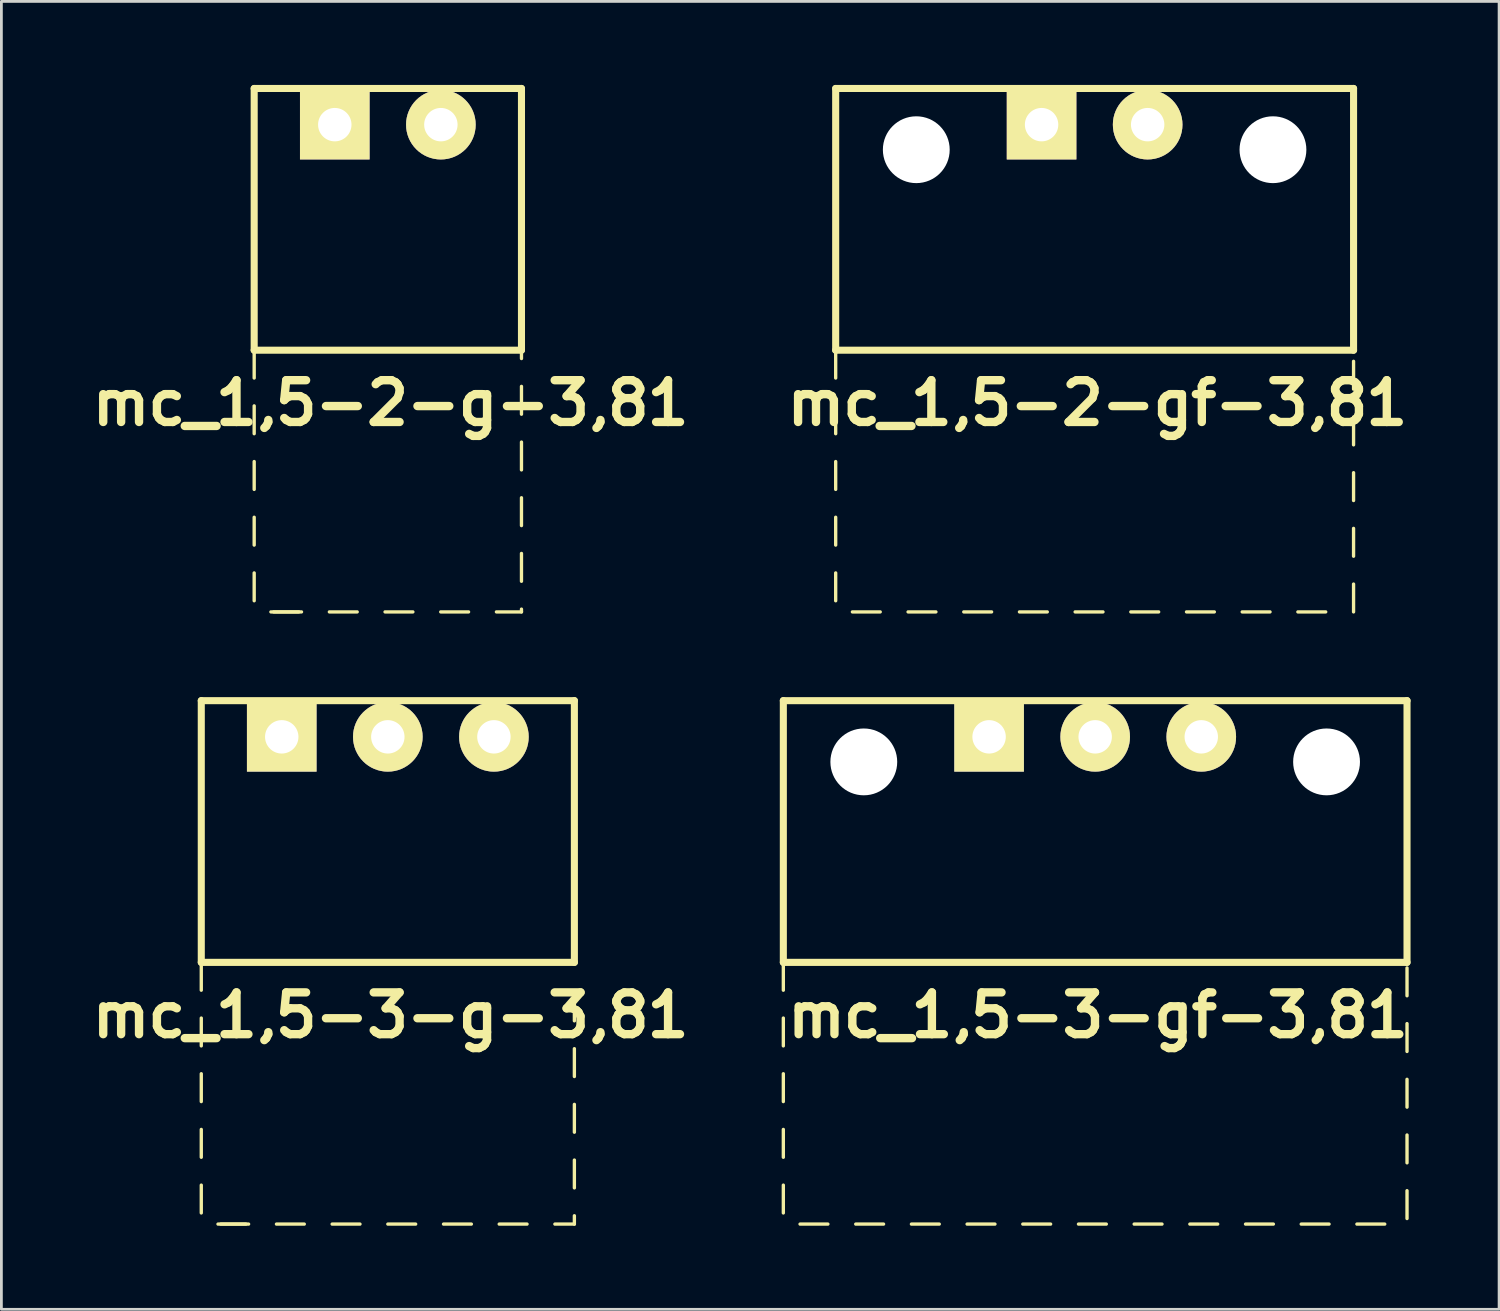
<source format=kicad_pcb>
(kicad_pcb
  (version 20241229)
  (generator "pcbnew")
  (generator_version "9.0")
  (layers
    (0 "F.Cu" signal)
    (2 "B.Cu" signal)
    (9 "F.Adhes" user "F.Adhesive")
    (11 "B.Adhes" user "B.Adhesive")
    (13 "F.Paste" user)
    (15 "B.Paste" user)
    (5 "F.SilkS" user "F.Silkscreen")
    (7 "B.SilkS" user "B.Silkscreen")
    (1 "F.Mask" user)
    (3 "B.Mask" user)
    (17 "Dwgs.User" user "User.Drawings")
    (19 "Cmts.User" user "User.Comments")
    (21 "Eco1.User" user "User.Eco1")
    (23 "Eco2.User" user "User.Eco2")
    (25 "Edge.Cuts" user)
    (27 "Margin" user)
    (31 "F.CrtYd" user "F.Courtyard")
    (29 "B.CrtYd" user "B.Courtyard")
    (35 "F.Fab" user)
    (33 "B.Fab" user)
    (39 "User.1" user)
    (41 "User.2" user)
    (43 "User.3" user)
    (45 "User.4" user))
  (footprint "mc_1,5-2-g-3,81"
    (layer "F.Cu")
    (at 10.879 1.427)
    (property "Reference" "mc_1,5-2-g-3,81" (at 0.1 10 0) (layer "F.SilkS") (effects (font (size 1.5 1.5) (thickness 0.3))))
    (attr through_hole)
    (fp_line (start -4.8 -1.3) (end -4.8 8.1) (stroke (width 0.254) (type solid)) (layer "F.SilkS"))
    (fp_line (start -4.8 -1.3) (end 4.8 -1.3) (stroke (width 0.254) (type solid)) (layer "F.SilkS"))
    (fp_line (start -4.8 8.1) (end -4.8 9.1) (stroke (width 0.12) (type solid)) (layer "F.SilkS"))
    (fp_line (start -4.8 8.1) (end 4.8 8.1) (stroke (width 0.254) (type solid)) (layer "F.SilkS"))
    (fp_line (start -4.8 10.1) (end -4.8 11.1) (stroke (width 0.12) (type solid)) (layer "F.SilkS"))
    (fp_line (start -4.8 12.1) (end -4.8 13.1) (stroke (width 0.12) (type solid)) (layer "F.SilkS"))
    (fp_line (start -4.8 14.1) (end -4.8 15.1) (stroke (width 0.12) (type solid)) (layer "F.SilkS"))
    (fp_line (start -4.8 16.1) (end -4.8 17.1) (stroke (width 0.12) (type solid)) (layer "F.SilkS"))
    (fp_line (start -4.2 17.5) (end -3.2 17.5) (stroke (width 0.12) (type solid)) (layer "F.SilkS"))
    (fp_line (start -4.1 17.5) (end -3.1 17.5) (stroke (width 0.12) (type solid)) (layer "F.SilkS"))
    (fp_line (start -2.1 17.5) (end -1.1 17.5) (stroke (width 0.12) (type solid)) (layer "F.SilkS"))
    (fp_line (start -0.1 17.5) (end 0.9 17.5) (stroke (width 0.12) (type solid)) (layer "F.SilkS"))
    (fp_line (start 1.9 17.5) (end 2.9 17.5) (stroke (width 0.12) (type solid)) (layer "F.SilkS"))
    (fp_line (start 3.9 17.5) (end 4.8 17.5) (stroke (width 0.12) (type solid)) (layer "F.SilkS"))
    (fp_line (start 4.8 -1.3) (end 4.8 8.1) (stroke (width 0.254) (type solid)) (layer "F.SilkS"))
    (fp_line (start 4.8 8.1) (end 4.8 8.4) (stroke (width 0.12) (type solid)) (layer "F.SilkS"))
    (fp_line (start 4.8 9.4) (end 4.8 10.4) (stroke (width 0.12) (type solid)) (layer "F.SilkS"))
    (fp_line (start 4.8 11.4) (end 4.8 12.4) (stroke (width 0.12) (type solid)) (layer "F.SilkS"))
    (fp_line (start 4.8 13.4) (end 4.8 14.4) (stroke (width 0.12) (type solid)) (layer "F.SilkS"))
    (fp_line (start 4.8 15.4) (end 4.8 16.4) (stroke (width 0.12) (type solid)) (layer "F.SilkS"))
    (fp_line (start 4.8 17.4) (end 4.8 17.5) (stroke (width 0.12) (type solid)) (layer "F.SilkS"))
    (pad "1" thru_hole rect (at -1.905 0) (size 2.5 2.5) (drill 1.2) (layers "*.Cu" "*.Mask" "F.SilkS"))
    (pad "2" thru_hole circle (at 1.905 0) (size 2.5 2.5) (drill 1.2) (layers "*.Cu" "*.Mask" "F.SilkS")))
  (footprint "mc_1,5-2-gf-3,81"
    (layer "F.Cu")
    (at 36.264 1.427)
    (property "Reference" "mc_1,5-2-gf-3,81" (at 0.1 10 0) (layer "F.SilkS") (effects (font (size 1.5 1.5) (thickness 0.3))))
    (attr through_hole)
    (fp_line (start -9.3 -1.3) (end -9.3 8.1) (stroke (width 0.254) (type solid)) (layer "F.SilkS"))
    (fp_line (start -9.3 -1.3) (end 9.3 -1.3) (stroke (width 0.254) (type solid)) (layer "F.SilkS"))
    (fp_line (start -9.3 8.1) (end -9.3 9.1) (stroke (width 0.12) (type solid)) (layer "F.SilkS"))
    (fp_line (start -9.3 8.1) (end 9.3 8.1) (stroke (width 0.254) (type solid)) (layer "F.SilkS"))
    (fp_line (start -9.3 10.1) (end -9.3 11.1) (stroke (width 0.12) (type solid)) (layer "F.SilkS"))
    (fp_line (start -9.3 12.1) (end -9.3 13.1) (stroke (width 0.12) (type solid)) (layer "F.SilkS"))
    (fp_line (start -9.3 14.1) (end -9.3 15.1) (stroke (width 0.12) (type solid)) (layer "F.SilkS"))
    (fp_line (start -9.3 16.1) (end -9.3 17.1) (stroke (width 0.12) (type solid)) (layer "F.SilkS"))
    (fp_line (start -8.7 17.5) (end -7.7 17.5) (stroke (width 0.12) (type solid)) (layer "F.SilkS"))
    (fp_line (start -6.7 17.5) (end -5.7 17.5) (stroke (width 0.12) (type solid)) (layer "F.SilkS"))
    (fp_line (start -4.7 17.5) (end -3.7 17.5) (stroke (width 0.12) (type solid)) (layer "F.SilkS"))
    (fp_line (start -2.7 17.5) (end -1.7 17.5) (stroke (width 0.12) (type solid)) (layer "F.SilkS"))
    (fp_line (start -0.7 17.5) (end 0.3 17.5) (stroke (width 0.12) (type solid)) (layer "F.SilkS"))
    (fp_line (start 1.3 17.5) (end 2.3 17.5) (stroke (width 0.12) (type solid)) (layer "F.SilkS"))
    (fp_line (start 3.3 17.5) (end 4.3 17.5) (stroke (width 0.12) (type solid)) (layer "F.SilkS"))
    (fp_line (start 5.3 17.5) (end 6.3 17.5) (stroke (width 0.12) (type solid)) (layer "F.SilkS"))
    (fp_line (start 7.3 17.5) (end 8.3 17.5) (stroke (width 0.12) (type solid)) (layer "F.SilkS"))
    (fp_line (start 9.3 -1.3) (end 9.3 8.1) (stroke (width 0.254) (type solid)) (layer "F.SilkS"))
    (fp_line (start 9.3 8.5) (end 9.3 9.5) (stroke (width 0.12) (type solid)) (layer "F.SilkS"))
    (fp_line (start 9.3 10.5) (end 9.3 11.5) (stroke (width 0.12) (type solid)) (layer "F.SilkS"))
    (fp_line (start 9.3 12.5) (end 9.3 13.5) (stroke (width 0.12) (type solid)) (layer "F.SilkS"))
    (fp_line (start 9.3 14.5) (end 9.3 15.5) (stroke (width 0.12) (type solid)) (layer "F.SilkS"))
    (fp_line (start 9.3 16.5) (end 9.3 17.5) (stroke (width 0.12) (type solid)) (layer "F.SilkS"))
    (pad "" np_thru_hole circle (at -6.405 0.9) (size 2.4 2.4) (drill 2.4) (layers "*.Cu" "*.Mask"))
    (pad "" np_thru_hole circle (at 6.405 0.9) (size 2.4 2.4) (drill 2.4) (layers "*.Cu" "*.Mask"))
    (pad "1" thru_hole rect (at -1.905 0) (size 2.5 2.5) (drill 1.2) (layers "*.Cu" "*.Mask" "F.SilkS"))
    (pad "2" thru_hole circle (at 1.905 0) (size 2.5 2.5) (drill 1.2) (layers "*.Cu" "*.Mask" "F.SilkS")))
  (footprint "mc_1,5-3-gf-3,81"
    (layer "F.Cu")
    (at 36.284 23.414)
    (property "Reference" "mc_1,5-3-gf-3,81" (at 0.1 10 0) (layer "F.SilkS") (effects (font (size 1.5 1.5) (thickness 0.3))))
    (attr through_hole)
    (fp_line (start -11.2 -1.3) (end -11.2 8.1) (stroke (width 0.254) (type solid)) (layer "F.SilkS"))
    (fp_line (start -11.2 -1.3) (end 11.2 -1.3) (stroke (width 0.254) (type solid)) (layer "F.SilkS"))
    (fp_line (start -11.2 8.1) (end -11.2 9.1) (stroke (width 0.12) (type solid)) (layer "F.SilkS"))
    (fp_line (start -11.2 8.1) (end 11.2 8.1) (stroke (width 0.254) (type solid)) (layer "F.SilkS"))
    (fp_line (start -11.2 10.1) (end -11.2 11.1) (stroke (width 0.12) (type solid)) (layer "F.SilkS"))
    (fp_line (start -11.2 12.1) (end -11.2 13.1) (stroke (width 0.12) (type solid)) (layer "F.SilkS"))
    (fp_line (start -11.2 14.1) (end -11.2 15.1) (stroke (width 0.12) (type solid)) (layer "F.SilkS"))
    (fp_line (start -11.2 16.1) (end -11.2 17.1) (stroke (width 0.12) (type solid)) (layer "F.SilkS"))
    (fp_line (start -10.6 17.5) (end -9.6 17.5) (stroke (width 0.12) (type solid)) (layer "F.SilkS"))
    (fp_line (start -8.6 17.5) (end -7.6 17.5) (stroke (width 0.12) (type solid)) (layer "F.SilkS"))
    (fp_line (start -6.6 17.5) (end -5.6 17.5) (stroke (width 0.12) (type solid)) (layer "F.SilkS"))
    (fp_line (start -4.6 17.5) (end -3.6 17.5) (stroke (width 0.12) (type solid)) (layer "F.SilkS"))
    (fp_line (start -2.6 17.5) (end -1.6 17.5) (stroke (width 0.12) (type solid)) (layer "F.SilkS"))
    (fp_line (start -0.6 17.5) (end 0.4 17.5) (stroke (width 0.12) (type solid)) (layer "F.SilkS"))
    (fp_line (start 1.4 17.5) (end 2.4 17.5) (stroke (width 0.12) (type solid)) (layer "F.SilkS"))
    (fp_line (start 3.4 17.5) (end 4.4 17.5) (stroke (width 0.12) (type solid)) (layer "F.SilkS"))
    (fp_line (start 5.4 17.5) (end 6.4 17.5) (stroke (width 0.12) (type solid)) (layer "F.SilkS"))
    (fp_line (start 7.4 17.5) (end 8.4 17.5) (stroke (width 0.12) (type solid)) (layer "F.SilkS"))
    (fp_line (start 9.4 17.5) (end 10.4 17.5) (stroke (width 0.12) (type solid)) (layer "F.SilkS"))
    (fp_line (start 11.2 -1.3) (end 11.2 8.1) (stroke (width 0.254) (type solid)) (layer "F.SilkS"))
    (fp_line (start 11.2 8.3) (end 11.2 9.3) (stroke (width 0.12) (type solid)) (layer "F.SilkS"))
    (fp_line (start 11.2 10.3) (end 11.2 11.3) (stroke (width 0.12) (type solid)) (layer "F.SilkS"))
    (fp_line (start 11.2 12.3) (end 11.2 13.3) (stroke (width 0.12) (type solid)) (layer "F.SilkS"))
    (fp_line (start 11.2 14.3) (end 11.2 15.3) (stroke (width 0.12) (type solid)) (layer "F.SilkS"))
    (fp_line (start 11.2 16.3) (end 11.2 17.3) (stroke (width 0.12) (type solid)) (layer "F.SilkS"))
    (pad "" np_thru_hole circle (at -8.31 0.9) (size 2.4 2.4) (drill 2.4) (layers "*.Cu" "*.Mask"))
    (pad "" np_thru_hole circle (at 8.31 0.9) (size 2.4 2.4) (drill 2.4) (layers "*.Cu" "*.Mask"))
    (pad "1" thru_hole rect (at -3.81 0) (size 2.5 2.5) (drill 1.2) (layers "*.Cu" "*.Mask" "F.SilkS"))
    (pad "2" thru_hole circle (at 0 0) (size 2.5 2.5) (drill 1.2) (layers "*.Cu" "*.Mask" "F.SilkS"))
    (pad "3" thru_hole circle (at 3.81 0) (size 2.5 2.5) (drill 1.2) (layers "*.Cu" "*.Mask" "F.SilkS")))
  (footprint "mc_1,5-3-g-3,81"
    (layer "F.Cu")
    (at 10.879 23.414)
    (property "Reference" "mc_1,5-3-g-3,81" (at 0.1 10 0) (layer "F.SilkS") (effects (font (size 1.5 1.5) (thickness 0.3))))
    (attr through_hole)
    (fp_line (start -6.7 -1.3) (end -6.7 8.1) (stroke (width 0.254) (type solid)) (layer "F.SilkS"))
    (fp_line (start -6.7 -1.3) (end 6.7 -1.3) (stroke (width 0.254) (type solid)) (layer "F.SilkS"))
    (fp_line (start -6.7 8.1) (end -6.7 9.1) (stroke (width 0.12) (type solid)) (layer "F.SilkS"))
    (fp_line (start -6.7 8.1) (end 6.7 8.1) (stroke (width 0.254) (type solid)) (layer "F.SilkS"))
    (fp_line (start -6.7 10.1) (end -6.7 11.1) (stroke (width 0.12) (type solid)) (layer "F.SilkS"))
    (fp_line (start -6.7 12.1) (end -6.7 13.1) (stroke (width 0.12) (type solid)) (layer "F.SilkS"))
    (fp_line (start -6.7 14.1) (end -6.7 15.1) (stroke (width 0.12) (type solid)) (layer "F.SilkS"))
    (fp_line (start -6.7 16.1) (end -6.7 17.1) (stroke (width 0.12) (type solid)) (layer "F.SilkS"))
    (fp_line (start -6.1 17.5) (end -5.1 17.5) (stroke (width 0.12) (type solid)) (layer "F.SilkS"))
    (fp_line (start -6 17.5) (end -5 17.5) (stroke (width 0.12) (type solid)) (layer "F.SilkS"))
    (fp_line (start -4 17.5) (end -3 17.5) (stroke (width 0.12) (type solid)) (layer "F.SilkS"))
    (fp_line (start -2 17.5) (end -1 17.5) (stroke (width 0.12) (type solid)) (layer "F.SilkS"))
    (fp_line (start 0 17.5) (end 1 17.5) (stroke (width 0.12) (type solid)) (layer "F.SilkS"))
    (fp_line (start 2 17.5) (end 3 17.5) (stroke (width 0.12) (type solid)) (layer "F.SilkS"))
    (fp_line (start 4 17.5) (end 5 17.5) (stroke (width 0.12) (type solid)) (layer "F.SilkS"))
    (fp_line (start 6 17.5) (end 6.7 17.5) (stroke (width 0.12) (type solid)) (layer "F.SilkS"))
    (fp_line (start 6.7 -1.3) (end 6.7 8.1) (stroke (width 0.254) (type solid)) (layer "F.SilkS"))
    (fp_line (start 6.7 9.2) (end 6.7 10.2) (stroke (width 0.12) (type solid)) (layer "F.SilkS"))
    (fp_line (start 6.7 11.2) (end 6.7 12.2) (stroke (width 0.12) (type solid)) (layer "F.SilkS"))
    (fp_line (start 6.7 13.2) (end 6.7 14.2) (stroke (width 0.12) (type solid)) (layer "F.SilkS"))
    (fp_line (start 6.7 15.2) (end 6.7 16.2) (stroke (width 0.12) (type solid)) (layer "F.SilkS"))
    (fp_line (start 6.7 17.2) (end 6.7 17.5) (stroke (width 0.12) (type solid)) (layer "F.SilkS"))
    (pad "1" thru_hole rect (at -3.81 0) (size 2.5 2.5) (drill 1.2) (layers "*.Cu" "*.Mask" "F.SilkS"))
    (pad "2" thru_hole circle (at 0 0) (size 2.5 2.5) (drill 1.2) (layers "*.Cu" "*.Mask" "F.SilkS"))
    (pad "3" thru_hole circle (at 3.81 0) (size 2.5 2.5) (drill 1.2) (layers "*.Cu" "*.Mask" "F.SilkS")))
  (gr_rect
    (start -3 -3)
    (end 50.791 43.974)
    (stroke (width 0.1) (type default))
    (fill no)
    (layer "Edge.Cuts")))
</source>
